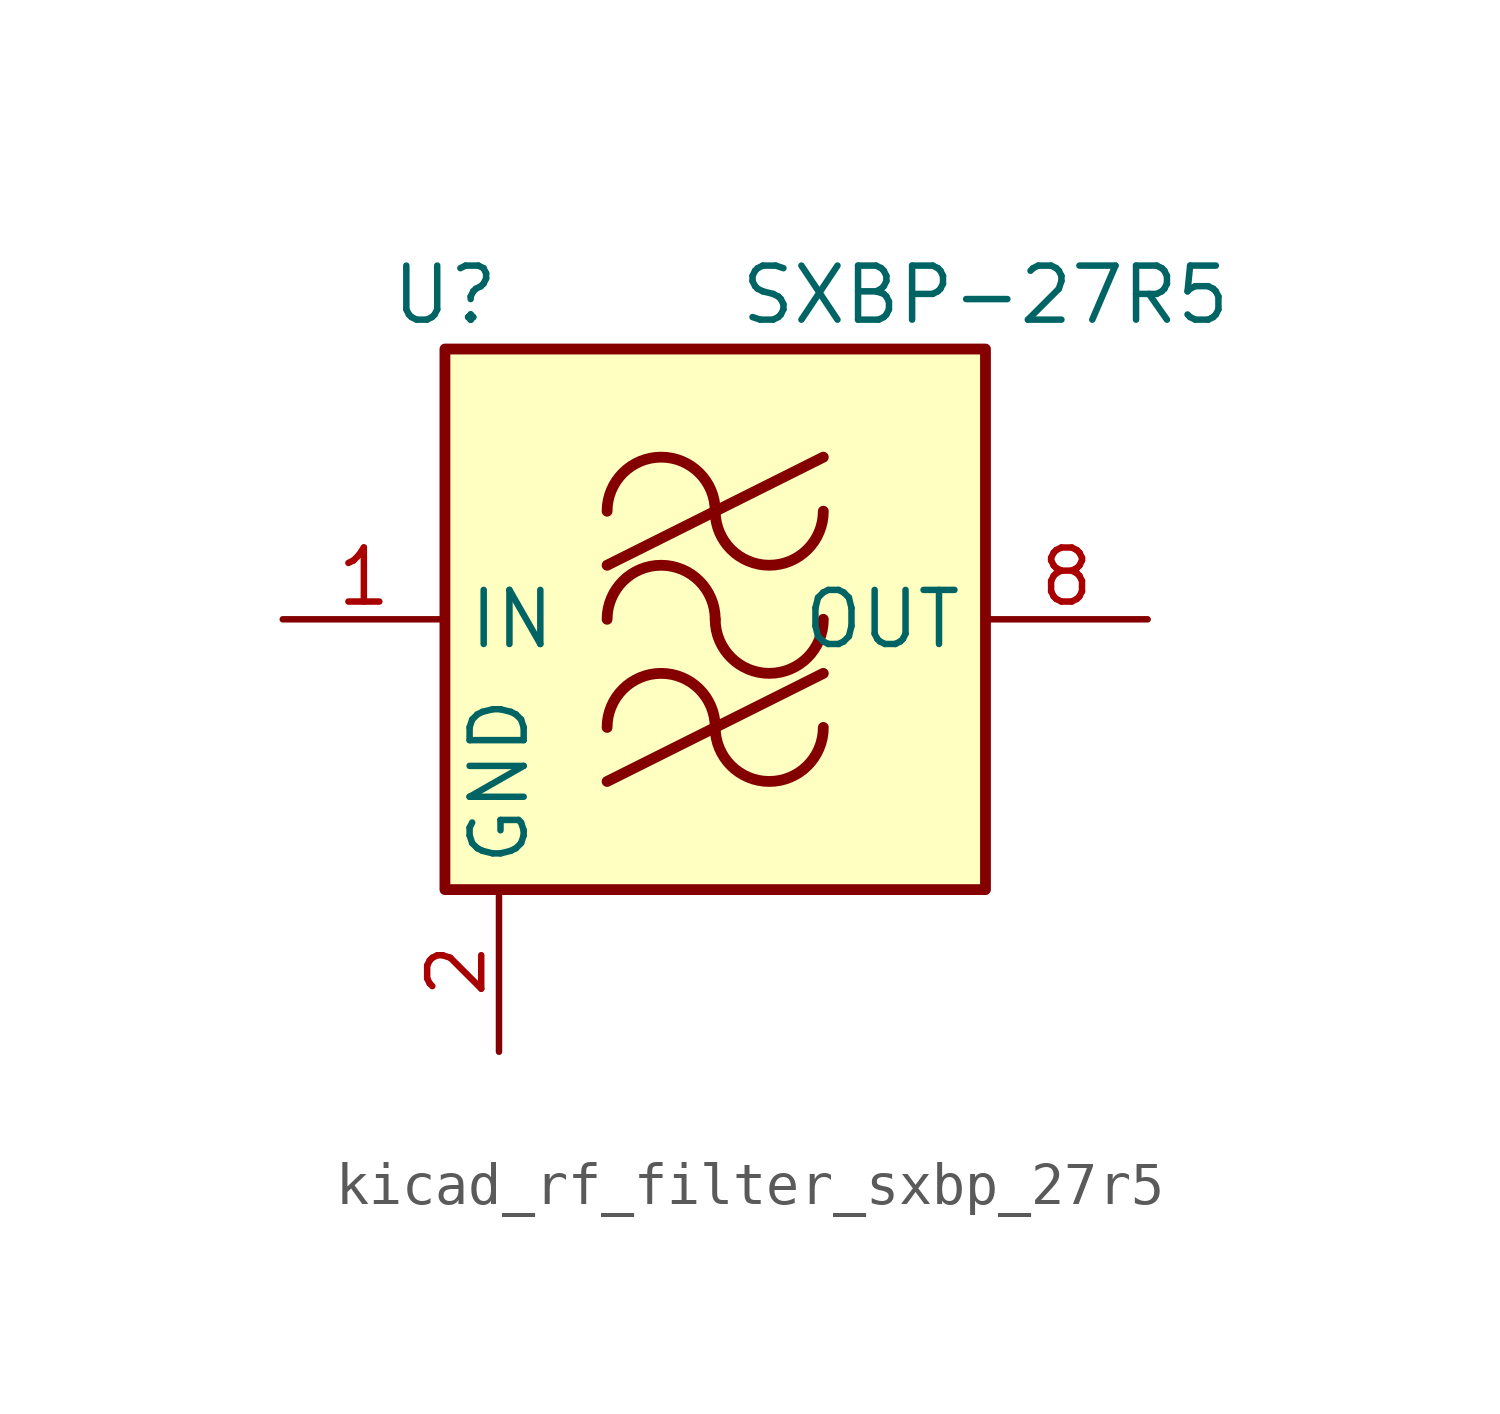
<source format=kicad_sym>
(kicad_symbol_lib
  (version 20220914)
  (generator kicad_symbol_editor)
  (symbol "kicad_rf_filter_sxbp_27r5"
    (property "Reference" "U"
      (at -6.35 7.62 0)
      (effects (font (size 1.27 1.27))))
    (property "Value" "SXBP-27R5"
      (at 6.35 7.62 0)
      (effects (font (size 1.27 1.27))))
    (symbol "kicad_rf_filter_sxbp_27r5_0_1"
      (rectangle (start -6.35 6.35) (end 6.35 -6.35) (stroke (width 0.254) (type default)) (fill (type background)))
      (arc (start 0 -2.54) (mid -1.27 -1.2755) (end -2.54 -2.54) (stroke (width 0.254) (type default)) (fill (type none)))
      (arc (start 0 -2.54) (mid 1.27 -3.8045) (end 2.54 -2.54) (stroke (width 0.254) (type default)) (fill (type none)))
      (arc (start 0 0) (mid -1.27 1.2645) (end -2.54 0) (stroke (width 0.254) (type default)) (fill (type none)))
      (polyline (pts (xy -2.54 -3.81) (xy 2.54 -1.27)) (stroke (width 0.254) (type default)) (fill (type none)))
      (polyline (pts (xy -2.54 1.27) (xy 2.54 3.81)) (stroke (width 0.254) (type default)) (fill (type none)))
      (arc (start 0 0) (mid 1.27 -1.2645) (end 2.54 0) (stroke (width 0.254) (type default)) (fill (type none)))
      (arc (start 0 2.54) (mid -1.27 3.8045) (end -2.54 2.54) (stroke (width 0.254) (type default)) (fill (type none)))
      (arc (start 0 2.54) (mid 1.27 1.2755) (end 2.54 2.54) (stroke (width 0.254) (type default)) (fill (type none))))
    (symbol "kicad_rf_filter_sxbp_27r5_1_1"
      (pin input line (at -10.16 0 0) (length 3.81) (name "IN" (effects (font (size 1.27 1.27)))) (number "1" (effects (font (size 1.27 1.27)))))
      (pin power_in line (at -5.08 -10.16 90) (length 3.81) (name "GND" (effects (font (size 1.27 1.27)))) (number "2" (effects (font (size 1.27 1.27)))))
      (pin passive line (at -5.08 -10.16 90) (length 3.81) hide (name "GND" (effects (font (size 1.27 1.27)))) (number "3" (effects (font (size 1.27 1.27)))))
      (pin passive line (at -5.08 -10.16 90) (length 3.81) hide (name "GND" (effects (font (size 1.27 1.27)))) (number "4" (effects (font (size 1.27 1.27)))))
      (pin passive line (at -5.08 -10.16 90) (length 3.81) hide (name "GND" (effects (font (size 1.27 1.27)))) (number "5" (effects (font (size 1.27 1.27)))))
      (pin passive line (at -5.08 -10.16 90) (length 3.81) hide (name "GND" (effects (font (size 1.27 1.27)))) (number "6" (effects (font (size 1.27 1.27)))))
      (pin passive line (at -5.08 -10.16 90) (length 3.81) hide (name "GND" (effects (font (size 1.27 1.27)))) (number "7" (effects (font (size 1.27 1.27)))))
      (pin output line (at 10.16 0 180) (length 3.81) (name "OUT" (effects (font (size 1.27 1.27)))) (number "8" (effects (font (size 1.27 1.27))))))))
</source>
